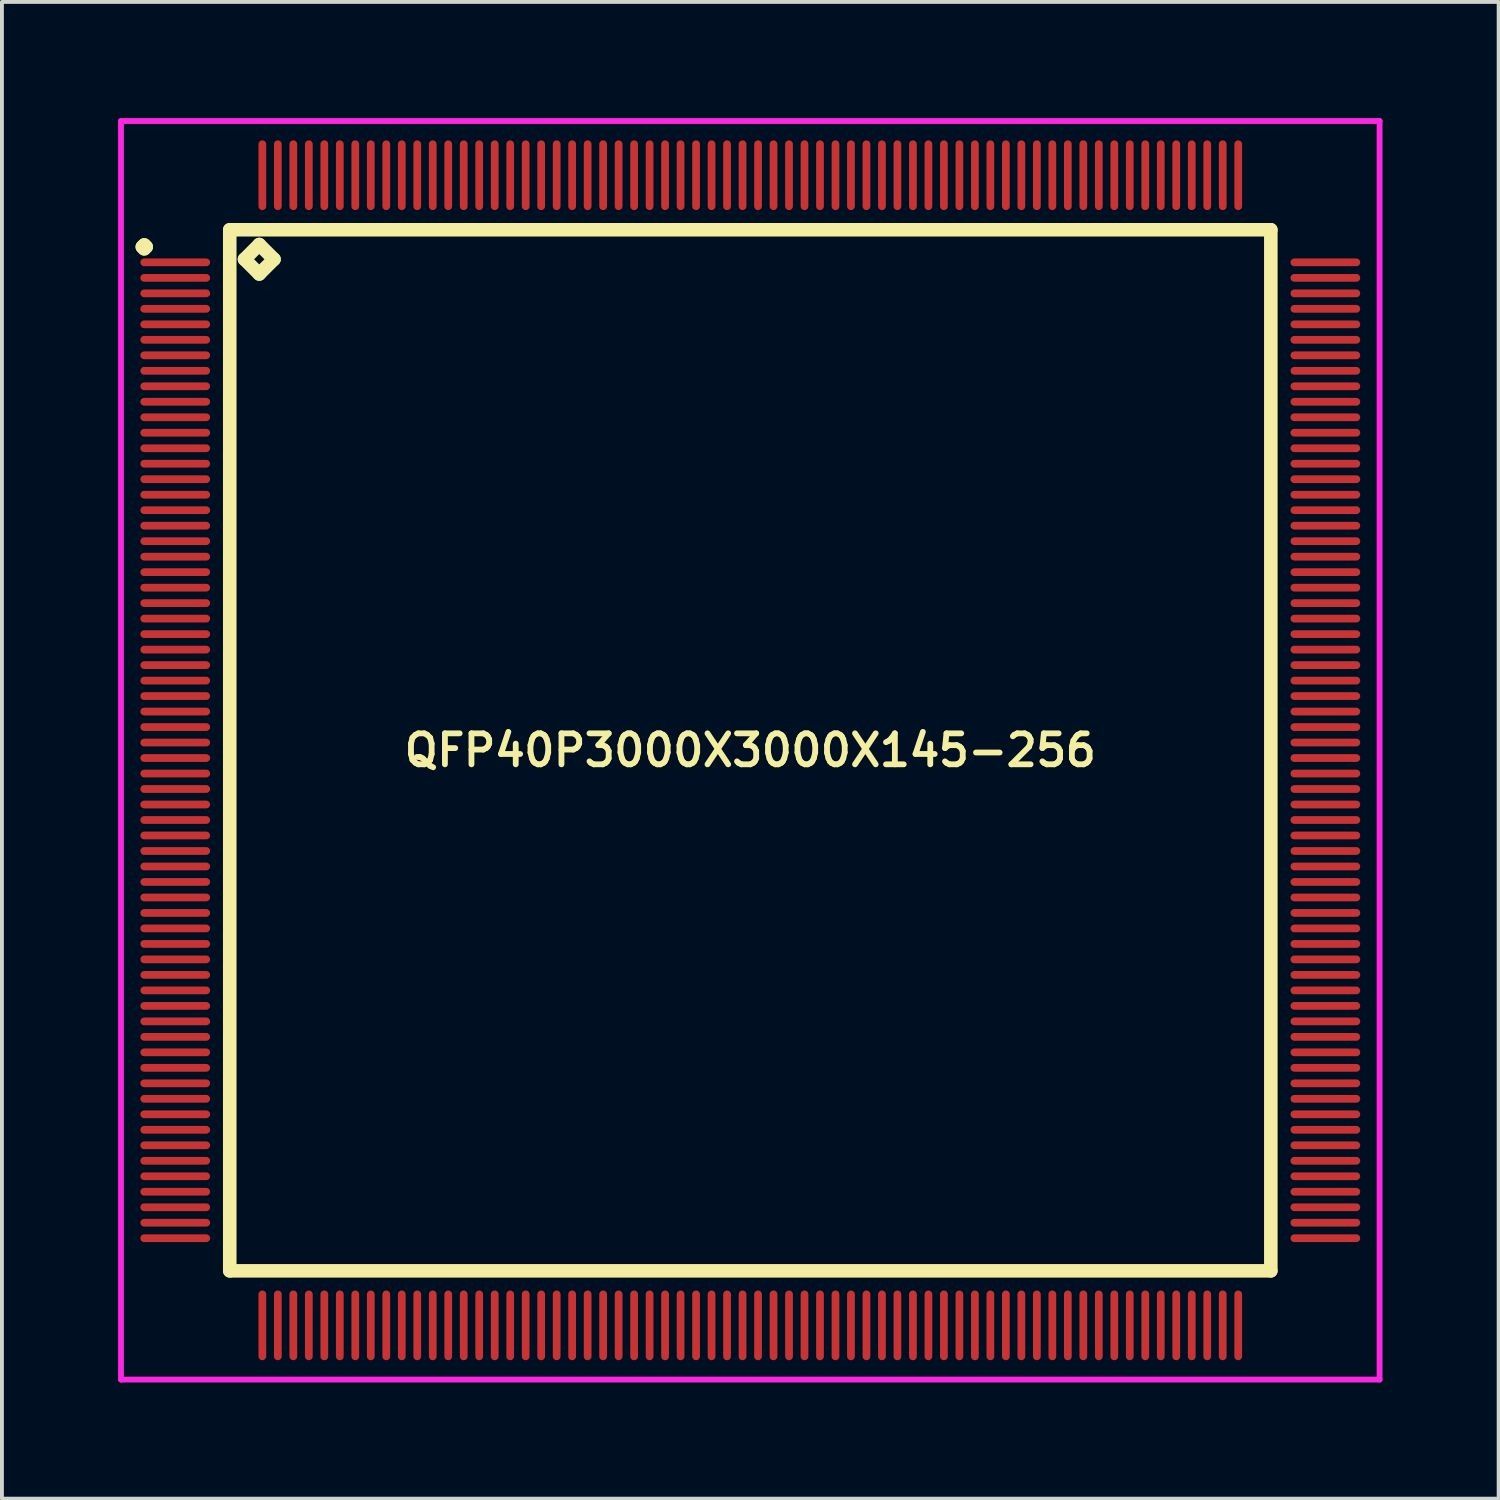
<source format=kicad_pcb>
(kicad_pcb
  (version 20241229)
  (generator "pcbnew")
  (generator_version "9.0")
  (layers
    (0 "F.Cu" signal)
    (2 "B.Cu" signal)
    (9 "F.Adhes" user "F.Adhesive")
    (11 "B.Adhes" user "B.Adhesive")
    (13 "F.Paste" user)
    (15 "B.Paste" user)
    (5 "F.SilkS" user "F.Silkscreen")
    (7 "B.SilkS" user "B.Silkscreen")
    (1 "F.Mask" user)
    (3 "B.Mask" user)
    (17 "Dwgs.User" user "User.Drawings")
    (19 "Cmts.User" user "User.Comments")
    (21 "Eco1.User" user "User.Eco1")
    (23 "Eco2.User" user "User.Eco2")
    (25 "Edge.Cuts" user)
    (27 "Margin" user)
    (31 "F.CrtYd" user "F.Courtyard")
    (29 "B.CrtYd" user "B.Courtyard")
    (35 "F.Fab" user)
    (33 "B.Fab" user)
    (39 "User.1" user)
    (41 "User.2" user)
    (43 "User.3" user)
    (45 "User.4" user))
  (footprint "QFP40P3000X3000X145-256"
    (layer "F.Cu")
    (at 16.325 16.325)
    (property "Reference" "QFP40P3000X3000X145-256" (at 0 0 0) (layer "F.SilkS") (effects (font (size 0.8 0.8) (thickness 0.15))))
    (attr smd)
    (fp_line (start -15.7 -13) (end -15.65 -13.05) (stroke (width 0.35) (type solid)) (layer "F.SilkS"))
    (fp_line (start -15.65 -13.05) (end -15.6 -13) (stroke (width 0.35) (type solid)) (layer "F.SilkS"))
    (fp_line (start -15.65 -12.95) (end -15.7 -13) (stroke (width 0.35) (type solid)) (layer "F.SilkS"))
    (fp_line (start -15.6 -13) (end -15.65 -12.95) (stroke (width 0.35) (type solid)) (layer "F.SilkS"))
    (fp_line (start -13.442 -13.442) (end -13.442 13.442) (stroke (width 0.35) (type solid)) (layer "F.SilkS"))
    (fp_line (start -13.442 13.442) (end 13.442 13.442) (stroke (width 0.35) (type solid)) (layer "F.SilkS"))
    (fp_line (start -13.061 -12.68) (end -12.68 -13.061) (stroke (width 0.35) (type solid)) (layer "F.SilkS"))
    (fp_line (start -12.68 -13.061) (end -12.299 -12.68) (stroke (width 0.35) (type solid)) (layer "F.SilkS"))
    (fp_line (start -12.68 -12.299) (end -13.061 -12.68) (stroke (width 0.35) (type solid)) (layer "F.SilkS"))
    (fp_line (start -12.299 -12.68) (end -12.68 -12.299) (stroke (width 0.35) (type solid)) (layer "F.SilkS"))
    (fp_line (start 13.442 -13.442) (end -13.442 -13.442) (stroke (width 0.35) (type solid)) (layer "F.SilkS"))
    (fp_line (start 13.442 13.442) (end 13.442 -13.442) (stroke (width 0.35) (type solid)) (layer "F.SilkS"))
    (fp_line (start -16.25 -16.25) (end 16.25 -16.25) (stroke (width 0.15) (type solid)) (layer "F.CrtYd"))
    (fp_line (start -16.25 16.25) (end -16.25 -16.25) (stroke (width 0.15) (type solid)) (layer "F.CrtYd"))
    (fp_line (start 16.25 -16.25) (end 16.25 16.25) (stroke (width 0.15) (type solid)) (layer "F.CrtYd"))
    (fp_line (start 16.25 16.25) (end -16.25 16.25) (stroke (width 0.15) (type solid)) (layer "F.CrtYd"))
    (pad "1" smd oval (at -14.85 -12.6) (size 1.8 0.2) (layers "F.Cu" "F.Mask" "F.Paste"))
    (pad "2" smd oval (at -14.85 -12.2) (size 1.8 0.2) (layers "F.Cu" "F.Mask" "F.Paste"))
    (pad "3" smd oval (at -14.85 -11.8) (size 1.8 0.2) (layers "F.Cu" "F.Mask" "F.Paste"))
    (pad "4" smd oval (at -14.85 -11.4) (size 1.8 0.2) (layers "F.Cu" "F.Mask" "F.Paste"))
    (pad "5" smd oval (at -14.85 -11) (size 1.8 0.2) (layers "F.Cu" "F.Mask" "F.Paste"))
    (pad "6" smd oval (at -14.85 -10.6) (size 1.8 0.2) (layers "F.Cu" "F.Mask" "F.Paste"))
    (pad "7" smd oval (at -14.85 -10.2) (size 1.8 0.2) (layers "F.Cu" "F.Mask" "F.Paste"))
    (pad "8" smd oval (at -14.85 -9.8) (size 1.8 0.2) (layers "F.Cu" "F.Mask" "F.Paste"))
    (pad "9" smd oval (at -14.85 -9.4) (size 1.8 0.2) (layers "F.Cu" "F.Mask" "F.Paste"))
    (pad "10" smd oval (at -14.85 -9) (size 1.8 0.2) (layers "F.Cu" "F.Mask" "F.Paste"))
    (pad "11" smd oval (at -14.85 -8.6) (size 1.8 0.2) (layers "F.Cu" "F.Mask" "F.Paste"))
    (pad "12" smd oval (at -14.85 -8.2) (size 1.8 0.2) (layers "F.Cu" "F.Mask" "F.Paste"))
    (pad "13" smd oval (at -14.85 -7.8) (size 1.8 0.2) (layers "F.Cu" "F.Mask" "F.Paste"))
    (pad "14" smd oval (at -14.85 -7.4) (size 1.8 0.2) (layers "F.Cu" "F.Mask" "F.Paste"))
    (pad "15" smd oval (at -14.85 -7) (size 1.8 0.2) (layers "F.Cu" "F.Mask" "F.Paste"))
    (pad "16" smd oval (at -14.85 -6.6) (size 1.8 0.2) (layers "F.Cu" "F.Mask" "F.Paste"))
    (pad "17" smd oval (at -14.85 -6.2) (size 1.8 0.2) (layers "F.Cu" "F.Mask" "F.Paste"))
    (pad "18" smd oval (at -14.85 -5.8) (size 1.8 0.2) (layers "F.Cu" "F.Mask" "F.Paste"))
    (pad "19" smd oval (at -14.85 -5.4) (size 1.8 0.2) (layers "F.Cu" "F.Mask" "F.Paste"))
    (pad "20" smd oval (at -14.85 -5) (size 1.8 0.2) (layers "F.Cu" "F.Mask" "F.Paste"))
    (pad "21" smd oval (at -14.85 -4.6) (size 1.8 0.2) (layers "F.Cu" "F.Mask" "F.Paste"))
    (pad "22" smd oval (at -14.85 -4.2) (size 1.8 0.2) (layers "F.Cu" "F.Mask" "F.Paste"))
    (pad "23" smd oval (at -14.85 -3.8) (size 1.8 0.2) (layers "F.Cu" "F.Mask" "F.Paste"))
    (pad "24" smd oval (at -14.85 -3.4) (size 1.8 0.2) (layers "F.Cu" "F.Mask" "F.Paste"))
    (pad "25" smd oval (at -14.85 -3) (size 1.8 0.2) (layers "F.Cu" "F.Mask" "F.Paste"))
    (pad "26" smd oval (at -14.85 -2.6) (size 1.8 0.2) (layers "F.Cu" "F.Mask" "F.Paste"))
    (pad "27" smd oval (at -14.85 -2.2) (size 1.8 0.2) (layers "F.Cu" "F.Mask" "F.Paste"))
    (pad "28" smd oval (at -14.85 -1.8) (size 1.8 0.2) (layers "F.Cu" "F.Mask" "F.Paste"))
    (pad "29" smd oval (at -14.85 -1.4) (size 1.8 0.2) (layers "F.Cu" "F.Mask" "F.Paste"))
    (pad "30" smd oval (at -14.85 -1) (size 1.8 0.2) (layers "F.Cu" "F.Mask" "F.Paste"))
    (pad "31" smd oval (at -14.85 -0.6) (size 1.8 0.2) (layers "F.Cu" "F.Mask" "F.Paste"))
    (pad "32" smd oval (at -14.85 -0.2) (size 1.8 0.2) (layers "F.Cu" "F.Mask" "F.Paste"))
    (pad "33" smd oval (at -14.85 0.2) (size 1.8 0.2) (layers "F.Cu" "F.Mask" "F.Paste"))
    (pad "34" smd oval (at -14.85 0.6) (size 1.8 0.2) (layers "F.Cu" "F.Mask" "F.Paste"))
    (pad "35" smd oval (at -14.85 1) (size 1.8 0.2) (layers "F.Cu" "F.Mask" "F.Paste"))
    (pad "36" smd oval (at -14.85 1.4) (size 1.8 0.2) (layers "F.Cu" "F.Mask" "F.Paste"))
    (pad "37" smd oval (at -14.85 1.8) (size 1.8 0.2) (layers "F.Cu" "F.Mask" "F.Paste"))
    (pad "38" smd oval (at -14.85 2.2) (size 1.8 0.2) (layers "F.Cu" "F.Mask" "F.Paste"))
    (pad "39" smd oval (at -14.85 2.6) (size 1.8 0.2) (layers "F.Cu" "F.Mask" "F.Paste"))
    (pad "40" smd oval (at -14.85 3) (size 1.8 0.2) (layers "F.Cu" "F.Mask" "F.Paste"))
    (pad "41" smd oval (at -14.85 3.4) (size 1.8 0.2) (layers "F.Cu" "F.Mask" "F.Paste"))
    (pad "42" smd oval (at -14.85 3.8) (size 1.8 0.2) (layers "F.Cu" "F.Mask" "F.Paste"))
    (pad "43" smd oval (at -14.85 4.2) (size 1.8 0.2) (layers "F.Cu" "F.Mask" "F.Paste"))
    (pad "44" smd oval (at -14.85 4.6) (size 1.8 0.2) (layers "F.Cu" "F.Mask" "F.Paste"))
    (pad "45" smd oval (at -14.85 5) (size 1.8 0.2) (layers "F.Cu" "F.Mask" "F.Paste"))
    (pad "46" smd oval (at -14.85 5.4) (size 1.8 0.2) (layers "F.Cu" "F.Mask" "F.Paste"))
    (pad "47" smd oval (at -14.85 5.8) (size 1.8 0.2) (layers "F.Cu" "F.Mask" "F.Paste"))
    (pad "48" smd oval (at -14.85 6.2) (size 1.8 0.2) (layers "F.Cu" "F.Mask" "F.Paste"))
    (pad "49" smd oval (at -14.85 6.6) (size 1.8 0.2) (layers "F.Cu" "F.Mask" "F.Paste"))
    (pad "50" smd oval (at -14.85 7) (size 1.8 0.2) (layers "F.Cu" "F.Mask" "F.Paste"))
    (pad "51" smd oval (at -14.85 7.4) (size 1.8 0.2) (layers "F.Cu" "F.Mask" "F.Paste"))
    (pad "52" smd oval (at -14.85 7.8) (size 1.8 0.2) (layers "F.Cu" "F.Mask" "F.Paste"))
    (pad "53" smd oval (at -14.85 8.2) (size 1.8 0.2) (layers "F.Cu" "F.Mask" "F.Paste"))
    (pad "54" smd oval (at -14.85 8.6) (size 1.8 0.2) (layers "F.Cu" "F.Mask" "F.Paste"))
    (pad "55" smd oval (at -14.85 9) (size 1.8 0.2) (layers "F.Cu" "F.Mask" "F.Paste"))
    (pad "56" smd oval (at -14.85 9.4) (size 1.8 0.2) (layers "F.Cu" "F.Mask" "F.Paste"))
    (pad "57" smd oval (at -14.85 9.8) (size 1.8 0.2) (layers "F.Cu" "F.Mask" "F.Paste"))
    (pad "58" smd oval (at -14.85 10.2) (size 1.8 0.2) (layers "F.Cu" "F.Mask" "F.Paste"))
    (pad "59" smd oval (at -14.85 10.6) (size 1.8 0.2) (layers "F.Cu" "F.Mask" "F.Paste"))
    (pad "60" smd oval (at -14.85 11) (size 1.8 0.2) (layers "F.Cu" "F.Mask" "F.Paste"))
    (pad "61" smd oval (at -14.85 11.4) (size 1.8 0.2) (layers "F.Cu" "F.Mask" "F.Paste"))
    (pad "62" smd oval (at -14.85 11.8) (size 1.8 0.2) (layers "F.Cu" "F.Mask" "F.Paste"))
    (pad "63" smd oval (at -14.85 12.2) (size 1.8 0.2) (layers "F.Cu" "F.Mask" "F.Paste"))
    (pad "64" smd oval (at -14.85 12.6) (size 1.8 0.2) (layers "F.Cu" "F.Mask" "F.Paste"))
    (pad "65" smd oval (at -12.6 14.85) (size 0.2 1.8) (layers "F.Cu" "F.Mask" "F.Paste"))
    (pad "66" smd oval (at -12.2 14.85) (size 0.2 1.8) (layers "F.Cu" "F.Mask" "F.Paste"))
    (pad "67" smd oval (at -11.8 14.85) (size 0.2 1.8) (layers "F.Cu" "F.Mask" "F.Paste"))
    (pad "68" smd oval (at -11.4 14.85) (size 0.2 1.8) (layers "F.Cu" "F.Mask" "F.Paste"))
    (pad "69" smd oval (at -11 14.85) (size 0.2 1.8) (layers "F.Cu" "F.Mask" "F.Paste"))
    (pad "70" smd oval (at -10.6 14.85) (size 0.2 1.8) (layers "F.Cu" "F.Mask" "F.Paste"))
    (pad "71" smd oval (at -10.2 14.85) (size 0.2 1.8) (layers "F.Cu" "F.Mask" "F.Paste"))
    (pad "72" smd oval (at -9.8 14.85) (size 0.2 1.8) (layers "F.Cu" "F.Mask" "F.Paste"))
    (pad "73" smd oval (at -9.4 14.85) (size 0.2 1.8) (layers "F.Cu" "F.Mask" "F.Paste"))
    (pad "74" smd oval (at -9 14.85) (size 0.2 1.8) (layers "F.Cu" "F.Mask" "F.Paste"))
    (pad "75" smd oval (at -8.6 14.85) (size 0.2 1.8) (layers "F.Cu" "F.Mask" "F.Paste"))
    (pad "76" smd oval (at -8.2 14.85) (size 0.2 1.8) (layers "F.Cu" "F.Mask" "F.Paste"))
    (pad "77" smd oval (at -7.8 14.85) (size 0.2 1.8) (layers "F.Cu" "F.Mask" "F.Paste"))
    (pad "78" smd oval (at -7.4 14.85) (size 0.2 1.8) (layers "F.Cu" "F.Mask" "F.Paste"))
    (pad "79" smd oval (at -7 14.85) (size 0.2 1.8) (layers "F.Cu" "F.Mask" "F.Paste"))
    (pad "80" smd oval (at -6.6 14.85) (size 0.2 1.8) (layers "F.Cu" "F.Mask" "F.Paste"))
    (pad "81" smd oval (at -6.2 14.85) (size 0.2 1.8) (layers "F.Cu" "F.Mask" "F.Paste"))
    (pad "82" smd oval (at -5.8 14.85) (size 0.2 1.8) (layers "F.Cu" "F.Mask" "F.Paste"))
    (pad "83" smd oval (at -5.4 14.85) (size 0.2 1.8) (layers "F.Cu" "F.Mask" "F.Paste"))
    (pad "84" smd oval (at -5 14.85) (size 0.2 1.8) (layers "F.Cu" "F.Mask" "F.Paste"))
    (pad "85" smd oval (at -4.6 14.85) (size 0.2 1.8) (layers "F.Cu" "F.Mask" "F.Paste"))
    (pad "86" smd oval (at -4.2 14.85) (size 0.2 1.8) (layers "F.Cu" "F.Mask" "F.Paste"))
    (pad "87" smd oval (at -3.8 14.85) (size 0.2 1.8) (layers "F.Cu" "F.Mask" "F.Paste"))
    (pad "88" smd oval (at -3.4 14.85) (size 0.2 1.8) (layers "F.Cu" "F.Mask" "F.Paste"))
    (pad "89" smd oval (at -3 14.85) (size 0.2 1.8) (layers "F.Cu" "F.Mask" "F.Paste"))
    (pad "90" smd oval (at -2.6 14.85) (size 0.2 1.8) (layers "F.Cu" "F.Mask" "F.Paste"))
    (pad "91" smd oval (at -2.2 14.85) (size 0.2 1.8) (layers "F.Cu" "F.Mask" "F.Paste"))
    (pad "92" smd oval (at -1.8 14.85) (size 0.2 1.8) (layers "F.Cu" "F.Mask" "F.Paste"))
    (pad "93" smd oval (at -1.4 14.85) (size 0.2 1.8) (layers "F.Cu" "F.Mask" "F.Paste"))
    (pad "94" smd oval (at -1 14.85) (size 0.2 1.8) (layers "F.Cu" "F.Mask" "F.Paste"))
    (pad "95" smd oval (at -0.6 14.85) (size 0.2 1.8) (layers "F.Cu" "F.Mask" "F.Paste"))
    (pad "96" smd oval (at -0.2 14.85) (size 0.2 1.8) (layers "F.Cu" "F.Mask" "F.Paste"))
    (pad "97" smd oval (at 0.2 14.85) (size 0.2 1.8) (layers "F.Cu" "F.Mask" "F.Paste"))
    (pad "98" smd oval (at 0.6 14.85) (size 0.2 1.8) (layers "F.Cu" "F.Mask" "F.Paste"))
    (pad "99" smd oval (at 1 14.85) (size 0.2 1.8) (layers "F.Cu" "F.Mask" "F.Paste"))
    (pad "100" smd oval (at 1.4 14.85) (size 0.2 1.8) (layers "F.Cu" "F.Mask" "F.Paste"))
    (pad "101" smd oval (at 1.8 14.85) (size 0.2 1.8) (layers "F.Cu" "F.Mask" "F.Paste"))
    (pad "102" smd oval (at 2.2 14.85) (size 0.2 1.8) (layers "F.Cu" "F.Mask" "F.Paste"))
    (pad "103" smd oval (at 2.6 14.85) (size 0.2 1.8) (layers "F.Cu" "F.Mask" "F.Paste"))
    (pad "104" smd oval (at 3 14.85) (size 0.2 1.8) (layers "F.Cu" "F.Mask" "F.Paste"))
    (pad "105" smd oval (at 3.4 14.85) (size 0.2 1.8) (layers "F.Cu" "F.Mask" "F.Paste"))
    (pad "106" smd oval (at 3.8 14.85) (size 0.2 1.8) (layers "F.Cu" "F.Mask" "F.Paste"))
    (pad "107" smd oval (at 4.2 14.85) (size 0.2 1.8) (layers "F.Cu" "F.Mask" "F.Paste"))
    (pad "108" smd oval (at 4.6 14.85) (size 0.2 1.8) (layers "F.Cu" "F.Mask" "F.Paste"))
    (pad "109" smd oval (at 5 14.85) (size 0.2 1.8) (layers "F.Cu" "F.Mask" "F.Paste"))
    (pad "110" smd oval (at 5.4 14.85) (size 0.2 1.8) (layers "F.Cu" "F.Mask" "F.Paste"))
    (pad "111" smd oval (at 5.8 14.85) (size 0.2 1.8) (layers "F.Cu" "F.Mask" "F.Paste"))
    (pad "112" smd oval (at 6.2 14.85) (size 0.2 1.8) (layers "F.Cu" "F.Mask" "F.Paste"))
    (pad "113" smd oval (at 6.6 14.85) (size 0.2 1.8) (layers "F.Cu" "F.Mask" "F.Paste"))
    (pad "114" smd oval (at 7 14.85) (size 0.2 1.8) (layers "F.Cu" "F.Mask" "F.Paste"))
    (pad "115" smd oval (at 7.4 14.85) (size 0.2 1.8) (layers "F.Cu" "F.Mask" "F.Paste"))
    (pad "116" smd oval (at 7.8 14.85) (size 0.2 1.8) (layers "F.Cu" "F.Mask" "F.Paste"))
    (pad "117" smd oval (at 8.2 14.85) (size 0.2 1.8) (layers "F.Cu" "F.Mask" "F.Paste"))
    (pad "118" smd oval (at 8.6 14.85) (size 0.2 1.8) (layers "F.Cu" "F.Mask" "F.Paste"))
    (pad "119" smd oval (at 9 14.85) (size 0.2 1.8) (layers "F.Cu" "F.Mask" "F.Paste"))
    (pad "120" smd oval (at 9.4 14.85) (size 0.2 1.8) (layers "F.Cu" "F.Mask" "F.Paste"))
    (pad "121" smd oval (at 9.8 14.85) (size 0.2 1.8) (layers "F.Cu" "F.Mask" "F.Paste"))
    (pad "122" smd oval (at 10.2 14.85) (size 0.2 1.8) (layers "F.Cu" "F.Mask" "F.Paste"))
    (pad "123" smd oval (at 10.6 14.85) (size 0.2 1.8) (layers "F.Cu" "F.Mask" "F.Paste"))
    (pad "124" smd oval (at 11 14.85) (size 0.2 1.8) (layers "F.Cu" "F.Mask" "F.Paste"))
    (pad "125" smd oval (at 11.4 14.85) (size 0.2 1.8) (layers "F.Cu" "F.Mask" "F.Paste"))
    (pad "126" smd oval (at 11.8 14.85) (size 0.2 1.8) (layers "F.Cu" "F.Mask" "F.Paste"))
    (pad "127" smd oval (at 12.2 14.85) (size 0.2 1.8) (layers "F.Cu" "F.Mask" "F.Paste"))
    (pad "128" smd oval (at 12.6 14.85) (size 0.2 1.8) (layers "F.Cu" "F.Mask" "F.Paste"))
    (pad "129" smd oval (at 14.85 12.6) (size 1.8 0.2) (layers "F.Cu" "F.Mask" "F.Paste"))
    (pad "130" smd oval (at 14.85 12.2) (size 1.8 0.2) (layers "F.Cu" "F.Mask" "F.Paste"))
    (pad "131" smd oval (at 14.85 11.8) (size 1.8 0.2) (layers "F.Cu" "F.Mask" "F.Paste"))
    (pad "132" smd oval (at 14.85 11.4) (size 1.8 0.2) (layers "F.Cu" "F.Mask" "F.Paste"))
    (pad "133" smd oval (at 14.85 11) (size 1.8 0.2) (layers "F.Cu" "F.Mask" "F.Paste"))
    (pad "134" smd oval (at 14.85 10.6) (size 1.8 0.2) (layers "F.Cu" "F.Mask" "F.Paste"))
    (pad "135" smd oval (at 14.85 10.2) (size 1.8 0.2) (layers "F.Cu" "F.Mask" "F.Paste"))
    (pad "136" smd oval (at 14.85 9.8) (size 1.8 0.2) (layers "F.Cu" "F.Mask" "F.Paste"))
    (pad "137" smd oval (at 14.85 9.4) (size 1.8 0.2) (layers "F.Cu" "F.Mask" "F.Paste"))
    (pad "138" smd oval (at 14.85 9) (size 1.8 0.2) (layers "F.Cu" "F.Mask" "F.Paste"))
    (pad "139" smd oval (at 14.85 8.6) (size 1.8 0.2) (layers "F.Cu" "F.Mask" "F.Paste"))
    (pad "140" smd oval (at 14.85 8.2) (size 1.8 0.2) (layers "F.Cu" "F.Mask" "F.Paste"))
    (pad "141" smd oval (at 14.85 7.8) (size 1.8 0.2) (layers "F.Cu" "F.Mask" "F.Paste"))
    (pad "142" smd oval (at 14.85 7.4) (size 1.8 0.2) (layers "F.Cu" "F.Mask" "F.Paste"))
    (pad "143" smd oval (at 14.85 7) (size 1.8 0.2) (layers "F.Cu" "F.Mask" "F.Paste"))
    (pad "144" smd oval (at 14.85 6.6) (size 1.8 0.2) (layers "F.Cu" "F.Mask" "F.Paste"))
    (pad "145" smd oval (at 14.85 6.2) (size 1.8 0.2) (layers "F.Cu" "F.Mask" "F.Paste"))
    (pad "146" smd oval (at 14.85 5.8) (size 1.8 0.2) (layers "F.Cu" "F.Mask" "F.Paste"))
    (pad "147" smd oval (at 14.85 5.4) (size 1.8 0.2) (layers "F.Cu" "F.Mask" "F.Paste"))
    (pad "148" smd oval (at 14.85 5) (size 1.8 0.2) (layers "F.Cu" "F.Mask" "F.Paste"))
    (pad "149" smd oval (at 14.85 4.6) (size 1.8 0.2) (layers "F.Cu" "F.Mask" "F.Paste"))
    (pad "150" smd oval (at 14.85 4.2) (size 1.8 0.2) (layers "F.Cu" "F.Mask" "F.Paste"))
    (pad "151" smd oval (at 14.85 3.8) (size 1.8 0.2) (layers "F.Cu" "F.Mask" "F.Paste"))
    (pad "152" smd oval (at 14.85 3.4) (size 1.8 0.2) (layers "F.Cu" "F.Mask" "F.Paste"))
    (pad "153" smd oval (at 14.85 3) (size 1.8 0.2) (layers "F.Cu" "F.Mask" "F.Paste"))
    (pad "154" smd oval (at 14.85 2.6) (size 1.8 0.2) (layers "F.Cu" "F.Mask" "F.Paste"))
    (pad "155" smd oval (at 14.85 2.2) (size 1.8 0.2) (layers "F.Cu" "F.Mask" "F.Paste"))
    (pad "156" smd oval (at 14.85 1.8) (size 1.8 0.2) (layers "F.Cu" "F.Mask" "F.Paste"))
    (pad "157" smd oval (at 14.85 1.4) (size 1.8 0.2) (layers "F.Cu" "F.Mask" "F.Paste"))
    (pad "158" smd oval (at 14.85 1) (size 1.8 0.2) (layers "F.Cu" "F.Mask" "F.Paste"))
    (pad "159" smd oval (at 14.85 0.6) (size 1.8 0.2) (layers "F.Cu" "F.Mask" "F.Paste"))
    (pad "160" smd oval (at 14.85 0.2) (size 1.8 0.2) (layers "F.Cu" "F.Mask" "F.Paste"))
    (pad "161" smd oval (at 14.85 -0.2) (size 1.8 0.2) (layers "F.Cu" "F.Mask" "F.Paste"))
    (pad "162" smd oval (at 14.85 -0.6) (size 1.8 0.2) (layers "F.Cu" "F.Mask" "F.Paste"))
    (pad "163" smd oval (at 14.85 -1) (size 1.8 0.2) (layers "F.Cu" "F.Mask" "F.Paste"))
    (pad "164" smd oval (at 14.85 -1.4) (size 1.8 0.2) (layers "F.Cu" "F.Mask" "F.Paste"))
    (pad "165" smd oval (at 14.85 -1.8) (size 1.8 0.2) (layers "F.Cu" "F.Mask" "F.Paste"))
    (pad "166" smd oval (at 14.85 -2.2) (size 1.8 0.2) (layers "F.Cu" "F.Mask" "F.Paste"))
    (pad "167" smd oval (at 14.85 -2.6) (size 1.8 0.2) (layers "F.Cu" "F.Mask" "F.Paste"))
    (pad "168" smd oval (at 14.85 -3) (size 1.8 0.2) (layers "F.Cu" "F.Mask" "F.Paste"))
    (pad "169" smd oval (at 14.85 -3.4) (size 1.8 0.2) (layers "F.Cu" "F.Mask" "F.Paste"))
    (pad "170" smd oval (at 14.85 -3.8) (size 1.8 0.2) (layers "F.Cu" "F.Mask" "F.Paste"))
    (pad "171" smd oval (at 14.85 -4.2) (size 1.8 0.2) (layers "F.Cu" "F.Mask" "F.Paste"))
    (pad "172" smd oval (at 14.85 -4.6) (size 1.8 0.2) (layers "F.Cu" "F.Mask" "F.Paste"))
    (pad "173" smd oval (at 14.85 -5) (size 1.8 0.2) (layers "F.Cu" "F.Mask" "F.Paste"))
    (pad "174" smd oval (at 14.85 -5.4) (size 1.8 0.2) (layers "F.Cu" "F.Mask" "F.Paste"))
    (pad "175" smd oval (at 14.85 -5.8) (size 1.8 0.2) (layers "F.Cu" "F.Mask" "F.Paste"))
    (pad "176" smd oval (at 14.85 -6.2) (size 1.8 0.2) (layers "F.Cu" "F.Mask" "F.Paste"))
    (pad "177" smd oval (at 14.85 -6.6) (size 1.8 0.2) (layers "F.Cu" "F.Mask" "F.Paste"))
    (pad "178" smd oval (at 14.85 -7) (size 1.8 0.2) (layers "F.Cu" "F.Mask" "F.Paste"))
    (pad "179" smd oval (at 14.85 -7.4) (size 1.8 0.2) (layers "F.Cu" "F.Mask" "F.Paste"))
    (pad "180" smd oval (at 14.85 -7.8) (size 1.8 0.2) (layers "F.Cu" "F.Mask" "F.Paste"))
    (pad "181" smd oval (at 14.85 -8.2) (size 1.8 0.2) (layers "F.Cu" "F.Mask" "F.Paste"))
    (pad "182" smd oval (at 14.85 -8.6) (size 1.8 0.2) (layers "F.Cu" "F.Mask" "F.Paste"))
    (pad "183" smd oval (at 14.85 -9) (size 1.8 0.2) (layers "F.Cu" "F.Mask" "F.Paste"))
    (pad "184" smd oval (at 14.85 -9.4) (size 1.8 0.2) (layers "F.Cu" "F.Mask" "F.Paste"))
    (pad "185" smd oval (at 14.85 -9.8) (size 1.8 0.2) (layers "F.Cu" "F.Mask" "F.Paste"))
    (pad "186" smd oval (at 14.85 -10.2) (size 1.8 0.2) (layers "F.Cu" "F.Mask" "F.Paste"))
    (pad "187" smd oval (at 14.85 -10.6) (size 1.8 0.2) (layers "F.Cu" "F.Mask" "F.Paste"))
    (pad "188" smd oval (at 14.85 -11) (size 1.8 0.2) (layers "F.Cu" "F.Mask" "F.Paste"))
    (pad "189" smd oval (at 14.85 -11.4) (size 1.8 0.2) (layers "F.Cu" "F.Mask" "F.Paste"))
    (pad "190" smd oval (at 14.85 -11.8) (size 1.8 0.2) (layers "F.Cu" "F.Mask" "F.Paste"))
    (pad "191" smd oval (at 14.85 -12.2) (size 1.8 0.2) (layers "F.Cu" "F.Mask" "F.Paste"))
    (pad "192" smd oval (at 14.85 -12.6) (size 1.8 0.2) (layers "F.Cu" "F.Mask" "F.Paste"))
    (pad "193" smd oval (at 12.6 -14.85) (size 0.2 1.8) (layers "F.Cu" "F.Mask" "F.Paste"))
    (pad "194" smd oval (at 12.2 -14.85) (size 0.2 1.8) (layers "F.Cu" "F.Mask" "F.Paste"))
    (pad "195" smd oval (at 11.8 -14.85) (size 0.2 1.8) (layers "F.Cu" "F.Mask" "F.Paste"))
    (pad "196" smd oval (at 11.4 -14.85) (size 0.2 1.8) (layers "F.Cu" "F.Mask" "F.Paste"))
    (pad "197" smd oval (at 11 -14.85) (size 0.2 1.8) (layers "F.Cu" "F.Mask" "F.Paste"))
    (pad "198" smd oval (at 10.6 -14.85) (size 0.2 1.8) (layers "F.Cu" "F.Mask" "F.Paste"))
    (pad "199" smd oval (at 10.2 -14.85) (size 0.2 1.8) (layers "F.Cu" "F.Mask" "F.Paste"))
    (pad "200" smd oval (at 9.8 -14.85) (size 0.2 1.8) (layers "F.Cu" "F.Mask" "F.Paste"))
    (pad "201" smd oval (at 9.4 -14.85) (size 0.2 1.8) (layers "F.Cu" "F.Mask" "F.Paste"))
    (pad "202" smd oval (at 9 -14.85) (size 0.2 1.8) (layers "F.Cu" "F.Mask" "F.Paste"))
    (pad "203" smd oval (at 8.6 -14.85) (size 0.2 1.8) (layers "F.Cu" "F.Mask" "F.Paste"))
    (pad "204" smd oval (at 8.2 -14.85) (size 0.2 1.8) (layers "F.Cu" "F.Mask" "F.Paste"))
    (pad "205" smd oval (at 7.8 -14.85) (size 0.2 1.8) (layers "F.Cu" "F.Mask" "F.Paste"))
    (pad "206" smd oval (at 7.4 -14.85) (size 0.2 1.8) (layers "F.Cu" "F.Mask" "F.Paste"))
    (pad "207" smd oval (at 7 -14.85) (size 0.2 1.8) (layers "F.Cu" "F.Mask" "F.Paste"))
    (pad "208" smd oval (at 6.6 -14.85) (size 0.2 1.8) (layers "F.Cu" "F.Mask" "F.Paste"))
    (pad "209" smd oval (at 6.2 -14.85) (size 0.2 1.8) (layers "F.Cu" "F.Mask" "F.Paste"))
    (pad "210" smd oval (at 5.8 -14.85) (size 0.2 1.8) (layers "F.Cu" "F.Mask" "F.Paste"))
    (pad "211" smd oval (at 5.4 -14.85) (size 0.2 1.8) (layers "F.Cu" "F.Mask" "F.Paste"))
    (pad "212" smd oval (at 5 -14.85) (size 0.2 1.8) (layers "F.Cu" "F.Mask" "F.Paste"))
    (pad "213" smd oval (at 4.6 -14.85) (size 0.2 1.8) (layers "F.Cu" "F.Mask" "F.Paste"))
    (pad "214" smd oval (at 4.2 -14.85) (size 0.2 1.8) (layers "F.Cu" "F.Mask" "F.Paste"))
    (pad "215" smd oval (at 3.8 -14.85) (size 0.2 1.8) (layers "F.Cu" "F.Mask" "F.Paste"))
    (pad "216" smd oval (at 3.4 -14.85) (size 0.2 1.8) (layers "F.Cu" "F.Mask" "F.Paste"))
    (pad "217" smd oval (at 3 -14.85) (size 0.2 1.8) (layers "F.Cu" "F.Mask" "F.Paste"))
    (pad "218" smd oval (at 2.6 -14.85) (size 0.2 1.8) (layers "F.Cu" "F.Mask" "F.Paste"))
    (pad "219" smd oval (at 2.2 -14.85) (size 0.2 1.8) (layers "F.Cu" "F.Mask" "F.Paste"))
    (pad "220" smd oval (at 1.8 -14.85) (size 0.2 1.8) (layers "F.Cu" "F.Mask" "F.Paste"))
    (pad "221" smd oval (at 1.4 -14.85) (size 0.2 1.8) (layers "F.Cu" "F.Mask" "F.Paste"))
    (pad "222" smd oval (at 1 -14.85) (size 0.2 1.8) (layers "F.Cu" "F.Mask" "F.Paste"))
    (pad "223" smd oval (at 0.6 -14.85) (size 0.2 1.8) (layers "F.Cu" "F.Mask" "F.Paste"))
    (pad "224" smd oval (at 0.2 -14.85) (size 0.2 1.8) (layers "F.Cu" "F.Mask" "F.Paste"))
    (pad "225" smd oval (at -0.2 -14.85) (size 0.2 1.8) (layers "F.Cu" "F.Mask" "F.Paste"))
    (pad "226" smd oval (at -0.6 -14.85) (size 0.2 1.8) (layers "F.Cu" "F.Mask" "F.Paste"))
    (pad "227" smd oval (at -1 -14.85) (size 0.2 1.8) (layers "F.Cu" "F.Mask" "F.Paste"))
    (pad "228" smd oval (at -1.4 -14.85) (size 0.2 1.8) (layers "F.Cu" "F.Mask" "F.Paste"))
    (pad "229" smd oval (at -1.8 -14.85) (size 0.2 1.8) (layers "F.Cu" "F.Mask" "F.Paste"))
    (pad "230" smd oval (at -2.2 -14.85) (size 0.2 1.8) (layers "F.Cu" "F.Mask" "F.Paste"))
    (pad "231" smd oval (at -2.6 -14.85) (size 0.2 1.8) (layers "F.Cu" "F.Mask" "F.Paste"))
    (pad "232" smd oval (at -3 -14.85) (size 0.2 1.8) (layers "F.Cu" "F.Mask" "F.Paste"))
    (pad "233" smd oval (at -3.4 -14.85) (size 0.2 1.8) (layers "F.Cu" "F.Mask" "F.Paste"))
    (pad "234" smd oval (at -3.8 -14.85) (size 0.2 1.8) (layers "F.Cu" "F.Mask" "F.Paste"))
    (pad "235" smd oval (at -4.2 -14.85) (size 0.2 1.8) (layers "F.Cu" "F.Mask" "F.Paste"))
    (pad "236" smd oval (at -4.6 -14.85) (size 0.2 1.8) (layers "F.Cu" "F.Mask" "F.Paste"))
    (pad "237" smd oval (at -5 -14.85) (size 0.2 1.8) (layers "F.Cu" "F.Mask" "F.Paste"))
    (pad "238" smd oval (at -5.4 -14.85) (size 0.2 1.8) (layers "F.Cu" "F.Mask" "F.Paste"))
    (pad "239" smd oval (at -5.8 -14.85) (size 0.2 1.8) (layers "F.Cu" "F.Mask" "F.Paste"))
    (pad "240" smd oval (at -6.2 -14.85) (size 0.2 1.8) (layers "F.Cu" "F.Mask" "F.Paste"))
    (pad "241" smd oval (at -6.6 -14.85) (size 0.2 1.8) (layers "F.Cu" "F.Mask" "F.Paste"))
    (pad "242" smd oval (at -7 -14.85) (size 0.2 1.8) (layers "F.Cu" "F.Mask" "F.Paste"))
    (pad "243" smd oval (at -7.4 -14.85) (size 0.2 1.8) (layers "F.Cu" "F.Mask" "F.Paste"))
    (pad "244" smd oval (at -7.8 -14.85) (size 0.2 1.8) (layers "F.Cu" "F.Mask" "F.Paste"))
    (pad "245" smd oval (at -8.2 -14.85) (size 0.2 1.8) (layers "F.Cu" "F.Mask" "F.Paste"))
    (pad "246" smd oval (at -8.6 -14.85) (size 0.2 1.8) (layers "F.Cu" "F.Mask" "F.Paste"))
    (pad "247" smd oval (at -9 -14.85) (size 0.2 1.8) (layers "F.Cu" "F.Mask" "F.Paste"))
    (pad "248" smd oval (at -9.4 -14.85) (size 0.2 1.8) (layers "F.Cu" "F.Mask" "F.Paste"))
    (pad "249" smd oval (at -9.8 -14.85) (size 0.2 1.8) (layers "F.Cu" "F.Mask" "F.Paste"))
    (pad "250" smd oval (at -10.2 -14.85) (size 0.2 1.8) (layers "F.Cu" "F.Mask" "F.Paste"))
    (pad "251" smd oval (at -10.6 -14.85) (size 0.2 1.8) (layers "F.Cu" "F.Mask" "F.Paste"))
    (pad "252" smd oval (at -11 -14.85) (size 0.2 1.8) (layers "F.Cu" "F.Mask" "F.Paste"))
    (pad "253" smd oval (at -11.4 -14.85) (size 0.2 1.8) (layers "F.Cu" "F.Mask" "F.Paste"))
    (pad "254" smd oval (at -11.8 -14.85) (size 0.2 1.8) (layers "F.Cu" "F.Mask" "F.Paste"))
    (pad "255" smd oval (at -12.2 -14.85) (size 0.2 1.8) (layers "F.Cu" "F.Mask" "F.Paste"))
    (pad "256" smd oval (at -12.6 -14.85) (size 0.2 1.8) (layers "F.Cu" "F.Mask" "F.Paste")))
  (gr_rect
    (start -3 -3)
    (end 35.65 35.65)
    (stroke (width 0.1) (type default))
    (fill no)
    (layer "Edge.Cuts")))
</source>
